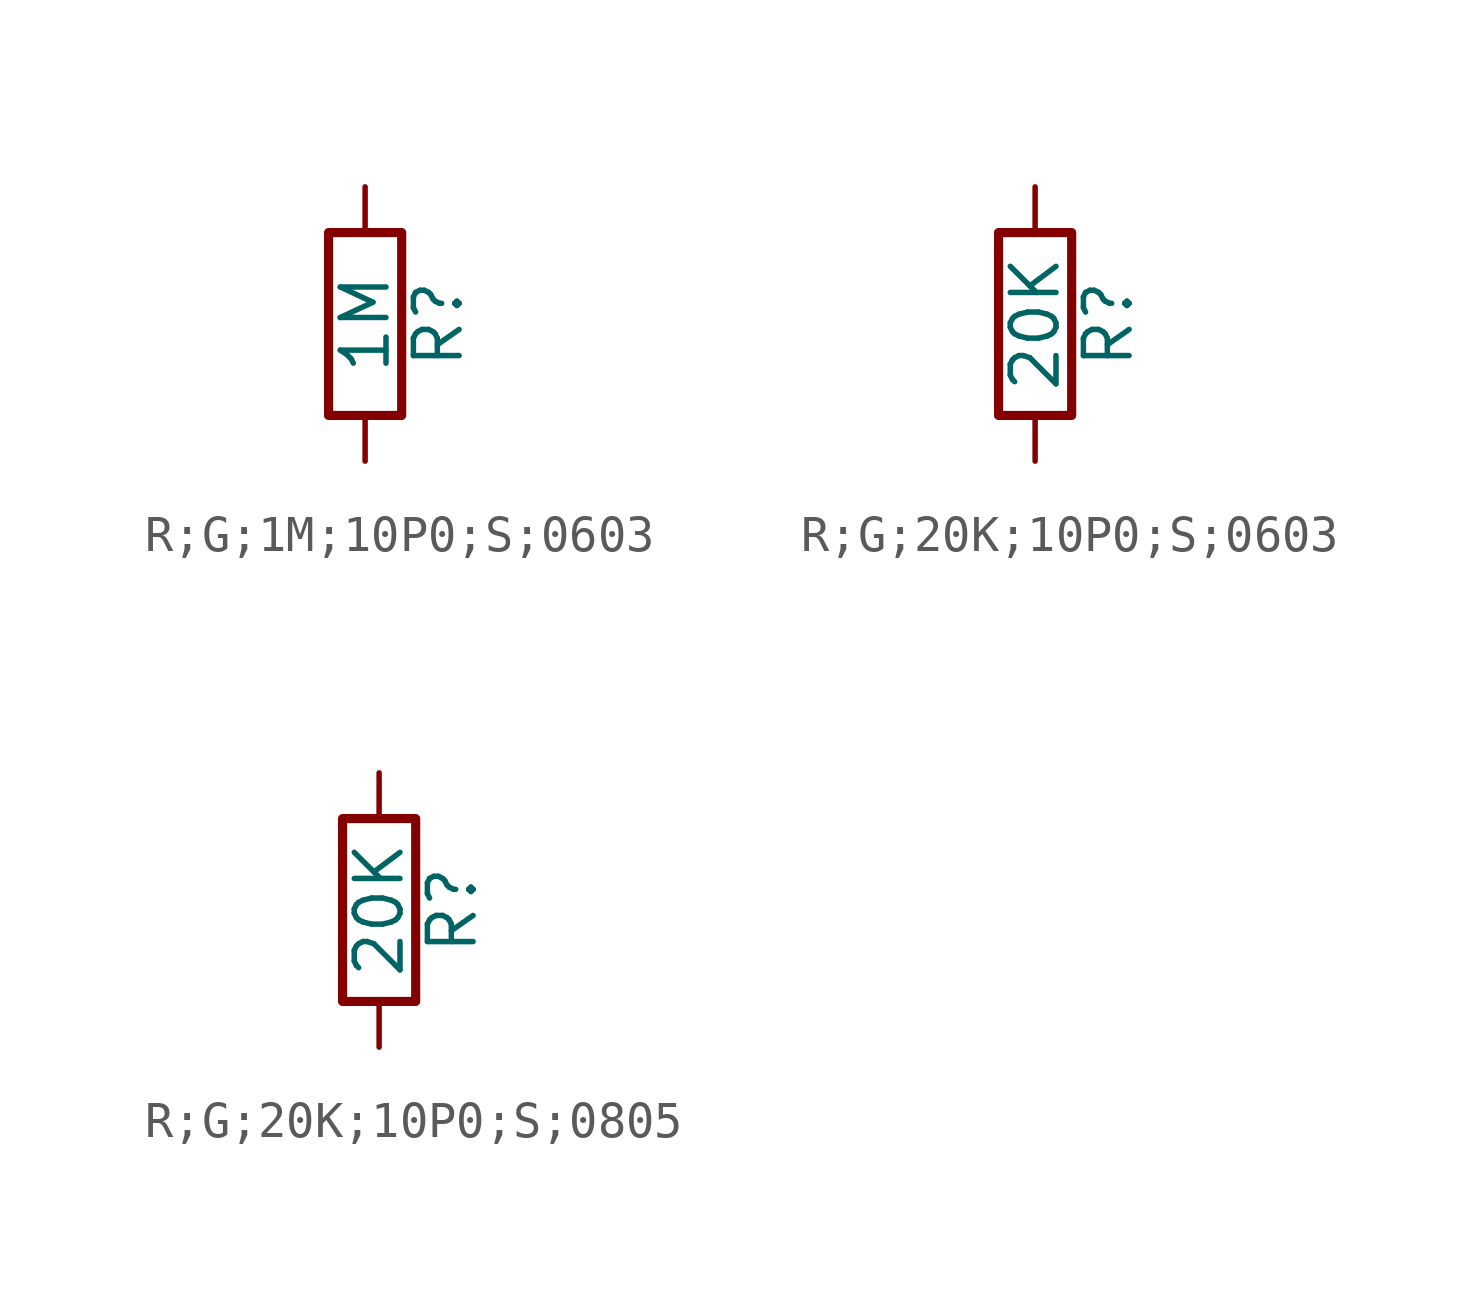
<source format=kicad_sym>
(kicad_symbol_lib
  (version 20231120)
  (generator "kicad_symbol_editor")
  (generator_version "8.0")
  (symbol "R;G;1M;10P0;S;0603"
    (pin_numbers hide)
    (pin_names
      (offset 0))
    (property "Reference" "R"
      (at 2.032 0 90)
      (effects (font (size 1.27 1.27))))
    (property "Value" "1M"
      (at 0 0 90)
      (effects (font (size 1.27 1.27))))
    (symbol "R;G;1M;10P0;S;0603_0_1"
      (rectangle (start -1.016 -2.54) (end 1.016 2.54) (stroke (width 0.254) (type default)) (fill (type none))))
    (symbol "R;G;1M;10P0;S;0603_1_1"
      (pin passive line (at 0 3.81 270) (length 1.27) (name "~" (effects (font (size 1.27 1.27)))) (number "1" (effects (font (size 1.27 1.27)))))
      (pin passive line (at 0 -3.81 90) (length 1.27) (name "~" (effects (font (size 1.27 1.27)))) (number "2" (effects (font (size 1.27 1.27)))))))
  (symbol "R;G;20K;10P0;S;0603"
    (pin_numbers hide)
    (pin_names
      (offset 0))
    (property "Reference" "R"
      (at 2.032 0 90)
      (effects (font (size 1.27 1.27))))
    (property "Value" "20K"
      (at 0 0 90)
      (effects (font (size 1.27 1.27))))
    (symbol "R;G;20K;10P0;S;0603_0_1"
      (rectangle (start -1.016 -2.54) (end 1.016 2.54) (stroke (width 0.254) (type default)) (fill (type none))))
    (symbol "R;G;20K;10P0;S;0603_1_1"
      (pin passive line (at 0 3.81 270) (length 1.27) (name "~" (effects (font (size 1.27 1.27)))) (number "1" (effects (font (size 1.27 1.27)))))
      (pin passive line (at 0 -3.81 90) (length 1.27) (name "~" (effects (font (size 1.27 1.27)))) (number "2" (effects (font (size 1.27 1.27)))))))
  (symbol "R;G;20K;10P0;S;0805"
    (pin_numbers hide)
    (pin_names
      (offset 0))
    (property "Reference" "R"
      (at 2.032 0 90)
      (effects (font (size 1.27 1.27))))
    (property "Value" "20K"
      (at 0 0 90)
      (effects (font (size 1.27 1.27))))
    (symbol "R;G;20K;10P0;S;0805_0_1"
      (rectangle (start -1.016 -2.54) (end 1.016 2.54) (stroke (width 0.254) (type default)) (fill (type none))))
    (symbol "R;G;20K;10P0;S;0805_1_1"
      (pin passive line (at 0 3.81 270) (length 1.27) (name "~" (effects (font (size 1.27 1.27)))) (number "1" (effects (font (size 1.27 1.27)))))
      (pin passive line (at 0 -3.81 90) (length 1.27) (name "~" (effects (font (size 1.27 1.27)))) (number "2" (effects (font (size 1.27 1.27))))))))
</source>
